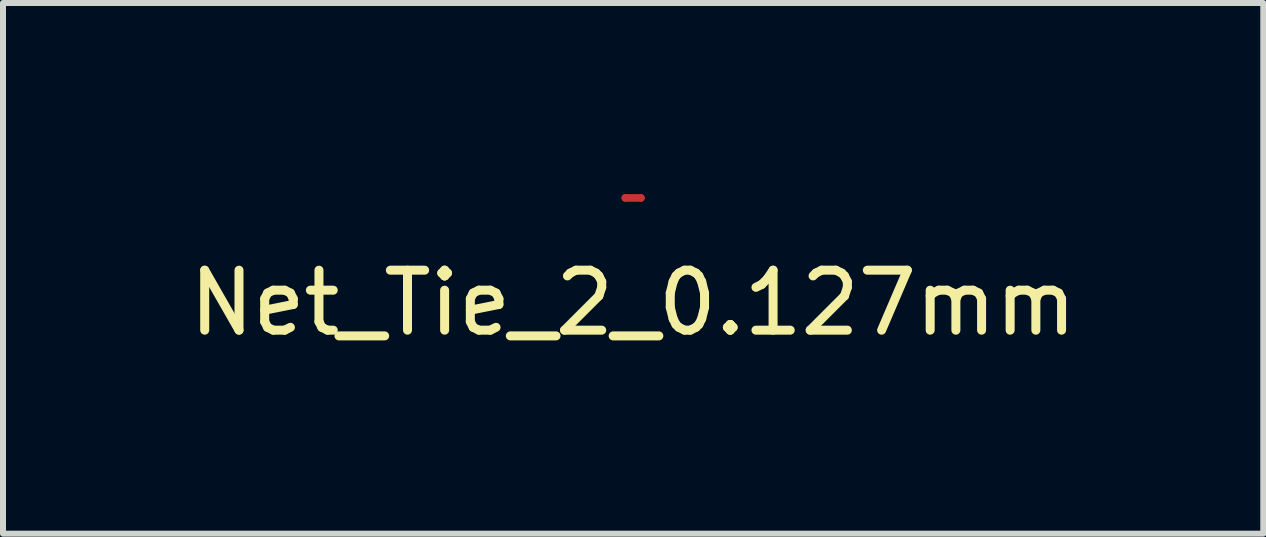
<source format=kicad_pcb>
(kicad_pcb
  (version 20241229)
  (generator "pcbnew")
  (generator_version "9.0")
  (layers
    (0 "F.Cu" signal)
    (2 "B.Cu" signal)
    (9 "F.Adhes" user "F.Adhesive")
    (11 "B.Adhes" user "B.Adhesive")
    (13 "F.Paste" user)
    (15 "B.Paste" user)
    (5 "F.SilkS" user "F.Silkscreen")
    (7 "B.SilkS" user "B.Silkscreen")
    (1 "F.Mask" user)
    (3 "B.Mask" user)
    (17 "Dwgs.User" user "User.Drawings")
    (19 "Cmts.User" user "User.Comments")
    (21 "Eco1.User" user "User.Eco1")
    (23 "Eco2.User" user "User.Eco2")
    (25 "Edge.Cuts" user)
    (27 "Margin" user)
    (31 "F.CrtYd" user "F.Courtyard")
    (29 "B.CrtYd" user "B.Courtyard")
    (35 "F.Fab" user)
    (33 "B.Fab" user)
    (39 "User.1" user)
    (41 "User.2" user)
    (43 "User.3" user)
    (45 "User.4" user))
  (footprint "Net_Tie_2_0.127mm"
    (layer "F.Cu")
    (at 7.506 0.25)
    (property "Reference" "Net_Tie_2_0.127mm" (at 0 1.75 0) (layer "F.SilkS") (effects (font (size 1 1) (thickness 0.15))))
    (attr through_hole)
    (fp_line (start -0.13 0) (end 0.13 0) (stroke (width 0.127) (type solid)) (layer "F.Cu"))
    (pad "1" smd circle (at -0.13 0) (size 0.127 0.127) (layers "F.Cu"))
    (pad "2" smd circle (at 0.13 0) (size 0.127 0.127) (layers "F.Cu")))
  (gr_rect
    (start -3 -3)
    (end 18.012 5.848)
    (stroke (width 0.1) (type default))
    (fill no)
    (layer "Edge.Cuts")))
</source>
